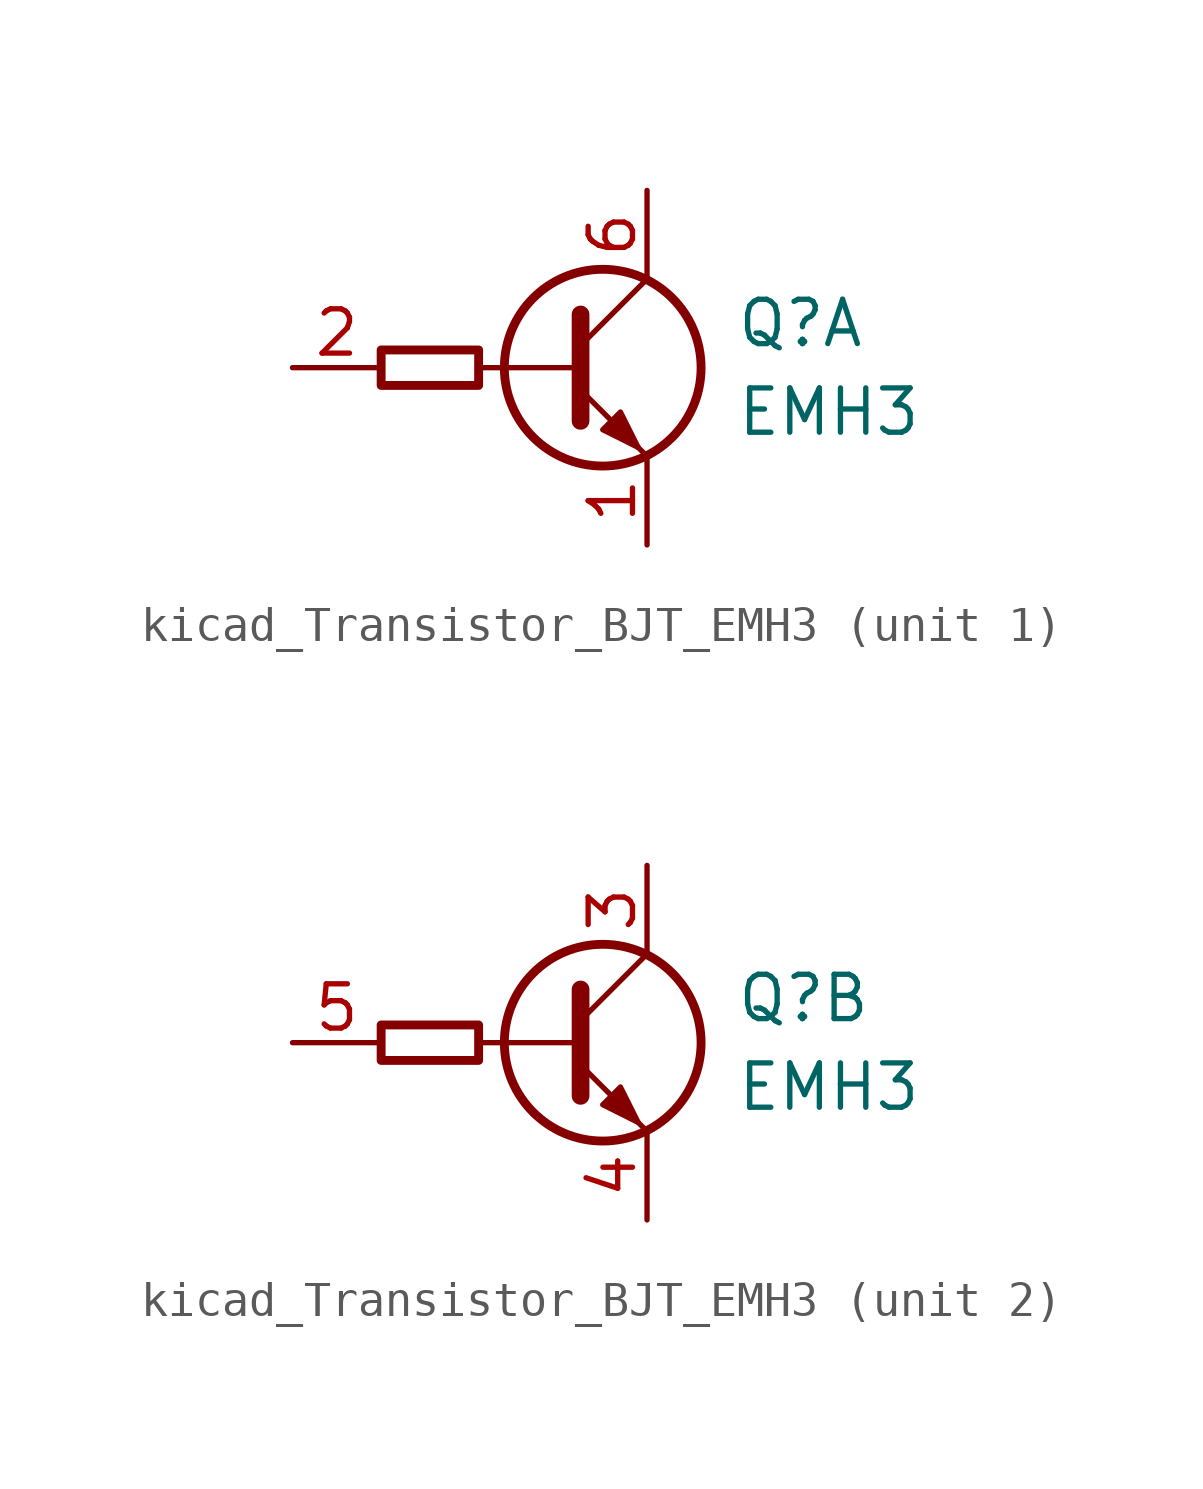
<source format=kicad_sym>
(kicad_symbol_lib
  (version 20220914)
  (generator kicad_symbol_editor)
  (symbol "kicad_Transistor_BJT_EMH3"
    (pin_names hide)
    (property "Reference" "Q"
      (at 7.62 1.27 0)
      (effects (font (size 1.27 1.27)) (justify left)))
    (property "Value" "EMH3"
      (at 7.62 -1.27 0)
      (effects (font (size 1.27 1.27)) (justify left)))
    (symbol "kicad_Transistor_BJT_EMH3_0_1"
      (polyline (pts (xy 3.175 0) (xy 0.254 0)) (stroke (width 0) (type default)) (fill (type none)))
      (polyline (pts (xy 3.175 0.635) (xy 5.08 2.54)) (stroke (width 0) (type default)) (fill (type none)))
      (polyline (pts (xy 3.175 1.524) (xy 3.175 -1.524)) (stroke (width 0.508) (type default)) (fill (type none)))
      (polyline (pts (xy 3.175 -0.635) (xy 5.08 -2.54) (xy 5.08 -2.54)) (stroke (width 0) (type default)) (fill (type none)))
      (polyline (pts (xy 3.81 -1.778) (xy 4.318 -1.27) (xy 4.826 -2.286) (xy 3.81 -1.778) (xy 3.81 -1.778)) (stroke (width 0) (type default)) (fill (type outline)))
      (rectangle (start 0.254 0.508) (end -2.54 -0.508) (stroke (width 0.254) (type default)) (fill (type none)))
      (circle (center 3.81 0) (radius 2.819) (stroke (width 0.254) (type default)) (fill (type none))))
    (symbol "kicad_Transistor_BJT_EMH3_1_1"
      (pin passive line (at 5.08 -5.08 90) (length 2.54) (name "E1" (effects (font (size 1.27 1.27)))) (number "1" (effects (font (size 1.27 1.27)))))
      (pin input line (at -5.08 0 0) (length 2.54) (name "B1" (effects (font (size 1.27 1.27)))) (number "2" (effects (font (size 1.27 1.27)))))
      (pin passive line (at 5.08 5.08 270) (length 2.54) (name "C1" (effects (font (size 1.27 1.27)))) (number "6" (effects (font (size 1.27 1.27))))))
    (symbol "kicad_Transistor_BJT_EMH3_2_1"
      (pin passive line (at 5.08 5.08 270) (length 2.54) (name "C2" (effects (font (size 1.27 1.27)))) (number "3" (effects (font (size 1.27 1.27)))))
      (pin passive line (at 5.08 -5.08 90) (length 2.54) (name "E2" (effects (font (size 1.27 1.27)))) (number "4" (effects (font (size 1.27 1.27)))))
      (pin input line (at -5.08 0 0) (length 2.54) (name "B2" (effects (font (size 1.27 1.27)))) (number "5" (effects (font (size 1.27 1.27))))))))
</source>
